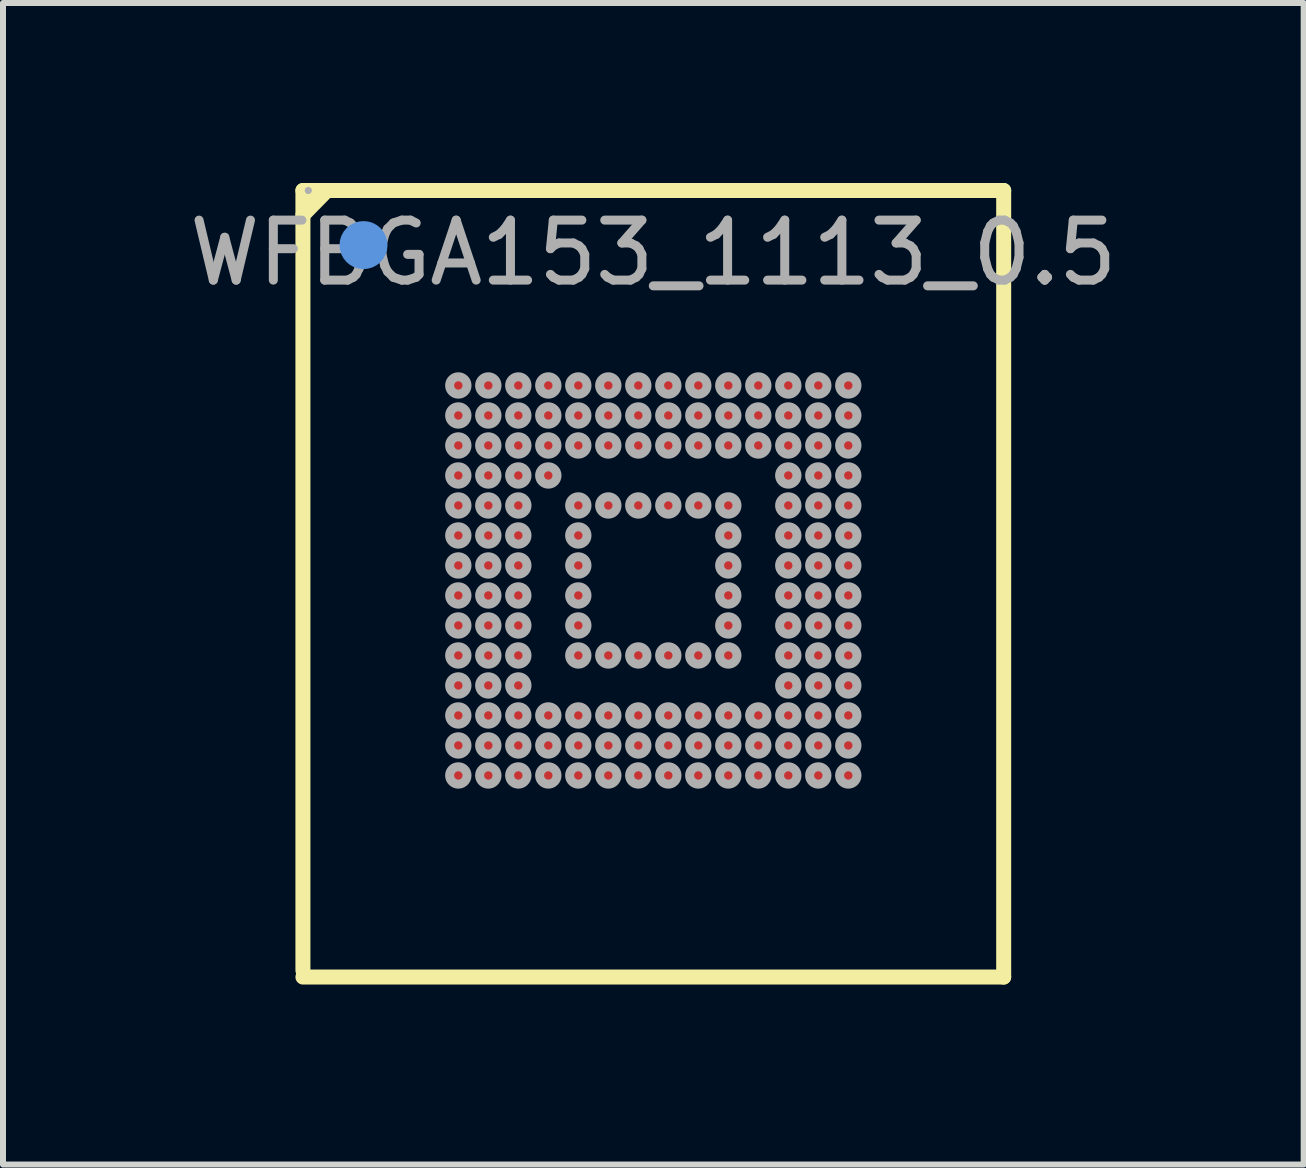
<source format=kicad_pcb>
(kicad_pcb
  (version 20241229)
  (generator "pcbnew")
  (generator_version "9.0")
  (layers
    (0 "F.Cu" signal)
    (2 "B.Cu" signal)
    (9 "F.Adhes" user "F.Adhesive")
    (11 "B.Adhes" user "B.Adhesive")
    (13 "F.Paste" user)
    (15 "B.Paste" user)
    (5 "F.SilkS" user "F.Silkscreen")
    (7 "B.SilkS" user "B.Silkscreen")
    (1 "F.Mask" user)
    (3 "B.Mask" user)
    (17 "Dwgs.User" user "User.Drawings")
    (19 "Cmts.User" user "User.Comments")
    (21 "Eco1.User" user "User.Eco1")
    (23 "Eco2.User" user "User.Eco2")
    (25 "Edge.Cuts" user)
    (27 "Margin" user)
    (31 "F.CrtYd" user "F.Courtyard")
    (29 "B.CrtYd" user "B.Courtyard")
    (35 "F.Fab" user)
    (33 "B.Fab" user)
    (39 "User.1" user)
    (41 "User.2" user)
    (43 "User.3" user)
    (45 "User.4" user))
  (footprint "WFBGA153_1113_0.5"
    (layer "F.Cu")
    (at 7.839 6.625)
    (property "Reference" "WFBGA153_1113_0.5" (at 0 -5.461 0) (layer "F.Fab") (effects (font (size 1 1) (thickness 0.15))))
    (attr smd)
    (fp_line (start -5.84 -6.5) (end 5.84 -6.5) (stroke (width 0.25) (type solid)) (layer "F.SilkS"))
    (fp_line (start -5.84 6.5) (end -5.84 -6.5) (stroke (width 0.25) (type solid)) (layer "F.SilkS"))
    (fp_line (start -5.84 6.61) (end 5.84 6.61) (stroke (width 0.25) (type solid)) (layer "F.SilkS"))
    (fp_line (start -5.84 -6.09) (end -5.461 -6.477) (stroke (width 0.25) (type solid)) (layer "F.SilkS"))
    (fp_line (start 5.84 -6.5) (end 5.84 -5.08) (stroke (width 0.25) (type solid)) (layer "F.SilkS"))
    (fp_line (start 5.84 6.61) (end 5.84 -5.08) (stroke (width 0.25) (type solid)) (layer "F.SilkS"))
    (fp_circle (center -4.83 -5.59) (end -4.63 -5.59) (stroke (width 0.4) (type solid)) (fill no) (layer "Cmts.User"))
    (fp_circle (center -5.75 -6.5) (end -5.72 -6.5) (stroke (width 0.06) (type solid)) (fill no) (layer "F.Fab"))
    (fp_circle (center -3.25 -3.25) (end -3.18 -3.25) (stroke (width 0.15) (type solid)) (fill no) (layer "F.Fab"))
    (fp_circle (center -3.25 -2.75) (end -3.18 -2.75) (stroke (width 0.15) (type solid)) (fill no) (layer "F.Fab"))
    (fp_circle (center -3.25 -2.25) (end -3.18 -2.25) (stroke (width 0.15) (type solid)) (fill no) (layer "F.Fab"))
    (fp_circle (center -3.25 -1.75) (end -3.18 -1.75) (stroke (width 0.15) (type solid)) (fill no) (layer "F.Fab"))
    (fp_circle (center -3.25 -1.25) (end -3.18 -1.25) (stroke (width 0.15) (type solid)) (fill no) (layer "F.Fab"))
    (fp_circle (center -3.25 -0.75) (end -3.18 -0.75) (stroke (width 0.15) (type solid)) (fill no) (layer "F.Fab"))
    (fp_circle (center -3.25 -0.25) (end -3.18 -0.25) (stroke (width 0.15) (type solid)) (fill no) (layer "F.Fab"))
    (fp_circle (center -3.25 0.25) (end -3.18 0.25) (stroke (width 0.15) (type solid)) (fill no) (layer "F.Fab"))
    (fp_circle (center -3.25 0.75) (end -3.18 0.75) (stroke (width 0.15) (type solid)) (fill no) (layer "F.Fab"))
    (fp_circle (center -3.25 1.25) (end -3.18 1.25) (stroke (width 0.15) (type solid)) (fill no) (layer "F.Fab"))
    (fp_circle (center -3.25 1.75) (end -3.18 1.75) (stroke (width 0.15) (type solid)) (fill no) (layer "F.Fab"))
    (fp_circle (center -3.25 2.25) (end -3.18 2.25) (stroke (width 0.15) (type solid)) (fill no) (layer "F.Fab"))
    (fp_circle (center -3.25 2.75) (end -3.18 2.75) (stroke (width 0.15) (type solid)) (fill no) (layer "F.Fab"))
    (fp_circle (center -3.25 3.25) (end -3.18 3.25) (stroke (width 0.15) (type solid)) (fill no) (layer "F.Fab"))
    (fp_circle (center -2.75 -3.25) (end -2.68 -3.25) (stroke (width 0.15) (type solid)) (fill no) (layer "F.Fab"))
    (fp_circle (center -2.75 -2.75) (end -2.68 -2.75) (stroke (width 0.15) (type solid)) (fill no) (layer "F.Fab"))
    (fp_circle (center -2.75 -2.25) (end -2.68 -2.25) (stroke (width 0.15) (type solid)) (fill no) (layer "F.Fab"))
    (fp_circle (center -2.75 -1.75) (end -2.68 -1.75) (stroke (width 0.15) (type solid)) (fill no) (layer "F.Fab"))
    (fp_circle (center -2.75 -1.25) (end -2.68 -1.25) (stroke (width 0.15) (type solid)) (fill no) (layer "F.Fab"))
    (fp_circle (center -2.75 -0.75) (end -2.68 -0.75) (stroke (width 0.15) (type solid)) (fill no) (layer "F.Fab"))
    (fp_circle (center -2.75 -0.25) (end -2.68 -0.25) (stroke (width 0.15) (type solid)) (fill no) (layer "F.Fab"))
    (fp_circle (center -2.75 0.25) (end -2.68 0.25) (stroke (width 0.15) (type solid)) (fill no) (layer "F.Fab"))
    (fp_circle (center -2.75 0.75) (end -2.68 0.75) (stroke (width 0.15) (type solid)) (fill no) (layer "F.Fab"))
    (fp_circle (center -2.75 1.25) (end -2.68 1.25) (stroke (width 0.15) (type solid)) (fill no) (layer "F.Fab"))
    (fp_circle (center -2.75 1.75) (end -2.68 1.75) (stroke (width 0.15) (type solid)) (fill no) (layer "F.Fab"))
    (fp_circle (center -2.75 2.25) (end -2.68 2.25) (stroke (width 0.15) (type solid)) (fill no) (layer "F.Fab"))
    (fp_circle (center -2.75 2.75) (end -2.68 2.75) (stroke (width 0.15) (type solid)) (fill no) (layer "F.Fab"))
    (fp_circle (center -2.75 3.25) (end -2.68 3.25) (stroke (width 0.15) (type solid)) (fill no) (layer "F.Fab"))
    (fp_circle (center -2.25 -3.25) (end -2.18 -3.25) (stroke (width 0.15) (type solid)) (fill no) (layer "F.Fab"))
    (fp_circle (center -2.25 -2.75) (end -2.18 -2.75) (stroke (width 0.15) (type solid)) (fill no) (layer "F.Fab"))
    (fp_circle (center -2.25 -2.25) (end -2.18 -2.25) (stroke (width 0.15) (type solid)) (fill no) (layer "F.Fab"))
    (fp_circle (center -2.25 -1.75) (end -2.18 -1.75) (stroke (width 0.15) (type solid)) (fill no) (layer "F.Fab"))
    (fp_circle (center -2.25 -1.25) (end -2.18 -1.25) (stroke (width 0.15) (type solid)) (fill no) (layer "F.Fab"))
    (fp_circle (center -2.25 -0.75) (end -2.18 -0.75) (stroke (width 0.15) (type solid)) (fill no) (layer "F.Fab"))
    (fp_circle (center -2.25 -0.25) (end -2.18 -0.25) (stroke (width 0.15) (type solid)) (fill no) (layer "F.Fab"))
    (fp_circle (center -2.25 0.25) (end -2.18 0.25) (stroke (width 0.15) (type solid)) (fill no) (layer "F.Fab"))
    (fp_circle (center -2.25 0.75) (end -2.18 0.75) (stroke (width 0.15) (type solid)) (fill no) (layer "F.Fab"))
    (fp_circle (center -2.25 1.25) (end -2.18 1.25) (stroke (width 0.15) (type solid)) (fill no) (layer "F.Fab"))
    (fp_circle (center -2.25 1.75) (end -2.18 1.75) (stroke (width 0.15) (type solid)) (fill no) (layer "F.Fab"))
    (fp_circle (center -2.25 2.25) (end -2.18 2.25) (stroke (width 0.15) (type solid)) (fill no) (layer "F.Fab"))
    (fp_circle (center -2.25 2.75) (end -2.18 2.75) (stroke (width 0.15) (type solid)) (fill no) (layer "F.Fab"))
    (fp_circle (center -2.25 3.25) (end -2.18 3.25) (stroke (width 0.15) (type solid)) (fill no) (layer "F.Fab"))
    (fp_circle (center -1.75 -3.25) (end -1.68 -3.25) (stroke (width 0.15) (type solid)) (fill no) (layer "F.Fab"))
    (fp_circle (center -1.75 -2.75) (end -1.68 -2.75) (stroke (width 0.15) (type solid)) (fill no) (layer "F.Fab"))
    (fp_circle (center -1.75 -2.25) (end -1.68 -2.25) (stroke (width 0.15) (type solid)) (fill no) (layer "F.Fab"))
    (fp_circle (center -1.75 -1.75) (end -1.68 -1.75) (stroke (width 0.15) (type solid)) (fill no) (layer "F.Fab"))
    (fp_circle (center -1.75 2.25) (end -1.68 2.25) (stroke (width 0.15) (type solid)) (fill no) (layer "F.Fab"))
    (fp_circle (center -1.75 2.75) (end -1.68 2.75) (stroke (width 0.15) (type solid)) (fill no) (layer "F.Fab"))
    (fp_circle (center -1.75 3.25) (end -1.68 3.25) (stroke (width 0.15) (type solid)) (fill no) (layer "F.Fab"))
    (fp_circle (center -1.25 -3.25) (end -1.18 -3.25) (stroke (width 0.15) (type solid)) (fill no) (layer "F.Fab"))
    (fp_circle (center -1.25 -2.75) (end -1.18 -2.75) (stroke (width 0.15) (type solid)) (fill no) (layer "F.Fab"))
    (fp_circle (center -1.25 -2.25) (end -1.18 -2.25) (stroke (width 0.15) (type solid)) (fill no) (layer "F.Fab"))
    (fp_circle (center -1.25 -1.25) (end -1.18 -1.25) (stroke (width 0.15) (type solid)) (fill no) (layer "F.Fab"))
    (fp_circle (center -1.25 -0.75) (end -1.18 -0.75) (stroke (width 0.15) (type solid)) (fill no) (layer "F.Fab"))
    (fp_circle (center -1.25 -0.25) (end -1.18 -0.25) (stroke (width 0.15) (type solid)) (fill no) (layer "F.Fab"))
    (fp_circle (center -1.25 0.25) (end -1.18 0.25) (stroke (width 0.15) (type solid)) (fill no) (layer "F.Fab"))
    (fp_circle (center -1.25 0.75) (end -1.18 0.75) (stroke (width 0.15) (type solid)) (fill no) (layer "F.Fab"))
    (fp_circle (center -1.25 1.25) (end -1.18 1.25) (stroke (width 0.15) (type solid)) (fill no) (layer "F.Fab"))
    (fp_circle (center -1.25 2.25) (end -1.18 2.25) (stroke (width 0.15) (type solid)) (fill no) (layer "F.Fab"))
    (fp_circle (center -1.25 2.75) (end -1.18 2.75) (stroke (width 0.15) (type solid)) (fill no) (layer "F.Fab"))
    (fp_circle (center -1.25 3.25) (end -1.18 3.25) (stroke (width 0.15) (type solid)) (fill no) (layer "F.Fab"))
    (fp_circle (center -0.75 -3.25) (end -0.68 -3.25) (stroke (width 0.15) (type solid)) (fill no) (layer "F.Fab"))
    (fp_circle (center -0.75 -2.75) (end -0.68 -2.75) (stroke (width 0.15) (type solid)) (fill no) (layer "F.Fab"))
    (fp_circle (center -0.75 -2.25) (end -0.68 -2.25) (stroke (width 0.15) (type solid)) (fill no) (layer "F.Fab"))
    (fp_circle (center -0.75 -1.25) (end -0.68 -1.25) (stroke (width 0.15) (type solid)) (fill no) (layer "F.Fab"))
    (fp_circle (center -0.75 1.25) (end -0.68 1.25) (stroke (width 0.15) (type solid)) (fill no) (layer "F.Fab"))
    (fp_circle (center -0.75 2.25) (end -0.68 2.25) (stroke (width 0.15) (type solid)) (fill no) (layer "F.Fab"))
    (fp_circle (center -0.75 2.75) (end -0.68 2.75) (stroke (width 0.15) (type solid)) (fill no) (layer "F.Fab"))
    (fp_circle (center -0.75 3.25) (end -0.68 3.25) (stroke (width 0.15) (type solid)) (fill no) (layer "F.Fab"))
    (fp_circle (center -0.25 -3.25) (end -0.18 -3.25) (stroke (width 0.15) (type solid)) (fill no) (layer "F.Fab"))
    (fp_circle (center -0.25 -2.75) (end -0.18 -2.75) (stroke (width 0.15) (type solid)) (fill no) (layer "F.Fab"))
    (fp_circle (center -0.25 -2.25) (end -0.18 -2.25) (stroke (width 0.15) (type solid)) (fill no) (layer "F.Fab"))
    (fp_circle (center -0.25 -1.25) (end -0.18 -1.25) (stroke (width 0.15) (type solid)) (fill no) (layer "F.Fab"))
    (fp_circle (center -0.25 1.25) (end -0.18 1.25) (stroke (width 0.15) (type solid)) (fill no) (layer "F.Fab"))
    (fp_circle (center -0.25 2.25) (end -0.18 2.25) (stroke (width 0.15) (type solid)) (fill no) (layer "F.Fab"))
    (fp_circle (center -0.25 2.75) (end -0.18 2.75) (stroke (width 0.15) (type solid)) (fill no) (layer "F.Fab"))
    (fp_circle (center -0.25 3.25) (end -0.18 3.25) (stroke (width 0.15) (type solid)) (fill no) (layer "F.Fab"))
    (fp_circle (center 0.25 -3.25) (end 0.32 -3.25) (stroke (width 0.15) (type solid)) (fill no) (layer "F.Fab"))
    (fp_circle (center 0.25 -2.75) (end 0.32 -2.75) (stroke (width 0.15) (type solid)) (fill no) (layer "F.Fab"))
    (fp_circle (center 0.25 -2.25) (end 0.32 -2.25) (stroke (width 0.15) (type solid)) (fill no) (layer "F.Fab"))
    (fp_circle (center 0.25 -1.25) (end 0.32 -1.25) (stroke (width 0.15) (type solid)) (fill no) (layer "F.Fab"))
    (fp_circle (center 0.25 1.25) (end 0.32 1.25) (stroke (width 0.15) (type solid)) (fill no) (layer "F.Fab"))
    (fp_circle (center 0.25 2.25) (end 0.32 2.25) (stroke (width 0.15) (type solid)) (fill no) (layer "F.Fab"))
    (fp_circle (center 0.25 2.75) (end 0.32 2.75) (stroke (width 0.15) (type solid)) (fill no) (layer "F.Fab"))
    (fp_circle (center 0.25 3.25) (end 0.32 3.25) (stroke (width 0.15) (type solid)) (fill no) (layer "F.Fab"))
    (fp_circle (center 0.75 -3.25) (end 0.82 -3.25) (stroke (width 0.15) (type solid)) (fill no) (layer "F.Fab"))
    (fp_circle (center 0.75 -2.75) (end 0.82 -2.75) (stroke (width 0.15) (type solid)) (fill no) (layer "F.Fab"))
    (fp_circle (center 0.75 -2.25) (end 0.82 -2.25) (stroke (width 0.15) (type solid)) (fill no) (layer "F.Fab"))
    (fp_circle (center 0.75 -1.25) (end 0.82 -1.25) (stroke (width 0.15) (type solid)) (fill no) (layer "F.Fab"))
    (fp_circle (center 0.75 1.25) (end 0.82 1.25) (stroke (width 0.15) (type solid)) (fill no) (layer "F.Fab"))
    (fp_circle (center 0.75 2.25) (end 0.82 2.25) (stroke (width 0.15) (type solid)) (fill no) (layer "F.Fab"))
    (fp_circle (center 0.75 2.75) (end 0.82 2.75) (stroke (width 0.15) (type solid)) (fill no) (layer "F.Fab"))
    (fp_circle (center 0.75 3.25) (end 0.82 3.25) (stroke (width 0.15) (type solid)) (fill no) (layer "F.Fab"))
    (fp_circle (center 1.25 -3.25) (end 1.32 -3.25) (stroke (width 0.15) (type solid)) (fill no) (layer "F.Fab"))
    (fp_circle (center 1.25 -2.75) (end 1.32 -2.75) (stroke (width 0.15) (type solid)) (fill no) (layer "F.Fab"))
    (fp_circle (center 1.25 -2.25) (end 1.32 -2.25) (stroke (width 0.15) (type solid)) (fill no) (layer "F.Fab"))
    (fp_circle (center 1.25 -1.25) (end 1.32 -1.25) (stroke (width 0.15) (type solid)) (fill no) (layer "F.Fab"))
    (fp_circle (center 1.25 -0.75) (end 1.32 -0.75) (stroke (width 0.15) (type solid)) (fill no) (layer "F.Fab"))
    (fp_circle (center 1.25 -0.25) (end 1.32 -0.25) (stroke (width 0.15) (type solid)) (fill no) (layer "F.Fab"))
    (fp_circle (center 1.25 0.25) (end 1.32 0.25) (stroke (width 0.15) (type solid)) (fill no) (layer "F.Fab"))
    (fp_circle (center 1.25 0.75) (end 1.32 0.75) (stroke (width 0.15) (type solid)) (fill no) (layer "F.Fab"))
    (fp_circle (center 1.25 1.25) (end 1.32 1.25) (stroke (width 0.15) (type solid)) (fill no) (layer "F.Fab"))
    (fp_circle (center 1.25 2.25) (end 1.32 2.25) (stroke (width 0.15) (type solid)) (fill no) (layer "F.Fab"))
    (fp_circle (center 1.25 2.75) (end 1.32 2.75) (stroke (width 0.15) (type solid)) (fill no) (layer "F.Fab"))
    (fp_circle (center 1.25 3.25) (end 1.32 3.25) (stroke (width 0.15) (type solid)) (fill no) (layer "F.Fab"))
    (fp_circle (center 1.75 -3.25) (end 1.82 -3.25) (stroke (width 0.15) (type solid)) (fill no) (layer "F.Fab"))
    (fp_circle (center 1.75 -2.75) (end 1.82 -2.75) (stroke (width 0.15) (type solid)) (fill no) (layer "F.Fab"))
    (fp_circle (center 1.75 -2.25) (end 1.82 -2.25) (stroke (width 0.15) (type solid)) (fill no) (layer "F.Fab"))
    (fp_circle (center 1.75 2.25) (end 1.82 2.25) (stroke (width 0.15) (type solid)) (fill no) (layer "F.Fab"))
    (fp_circle (center 1.75 2.75) (end 1.82 2.75) (stroke (width 0.15) (type solid)) (fill no) (layer "F.Fab"))
    (fp_circle (center 1.75 3.25) (end 1.82 3.25) (stroke (width 0.15) (type solid)) (fill no) (layer "F.Fab"))
    (fp_circle (center 2.25 -3.25) (end 2.32 -3.25) (stroke (width 0.15) (type solid)) (fill no) (layer "F.Fab"))
    (fp_circle (center 2.25 -2.75) (end 2.32 -2.75) (stroke (width 0.15) (type solid)) (fill no) (layer "F.Fab"))
    (fp_circle (center 2.25 -2.25) (end 2.32 -2.25) (stroke (width 0.15) (type solid)) (fill no) (layer "F.Fab"))
    (fp_circle (center 2.25 -1.75) (end 2.32 -1.75) (stroke (width 0.15) (type solid)) (fill no) (layer "F.Fab"))
    (fp_circle (center 2.25 -1.25) (end 2.32 -1.25) (stroke (width 0.15) (type solid)) (fill no) (layer "F.Fab"))
    (fp_circle (center 2.25 -0.75) (end 2.32 -0.75) (stroke (width 0.15) (type solid)) (fill no) (layer "F.Fab"))
    (fp_circle (center 2.25 -0.25) (end 2.32 -0.25) (stroke (width 0.15) (type solid)) (fill no) (layer "F.Fab"))
    (fp_circle (center 2.25 0.25) (end 2.32 0.25) (stroke (width 0.15) (type solid)) (fill no) (layer "F.Fab"))
    (fp_circle (center 2.25 0.75) (end 2.32 0.75) (stroke (width 0.15) (type solid)) (fill no) (layer "F.Fab"))
    (fp_circle (center 2.25 1.25) (end 2.32 1.25) (stroke (width 0.15) (type solid)) (fill no) (layer "F.Fab"))
    (fp_circle (center 2.25 1.75) (end 2.32 1.75) (stroke (width 0.15) (type solid)) (fill no) (layer "F.Fab"))
    (fp_circle (center 2.25 2.25) (end 2.32 2.25) (stroke (width 0.15) (type solid)) (fill no) (layer "F.Fab"))
    (fp_circle (center 2.25 2.75) (end 2.32 2.75) (stroke (width 0.15) (type solid)) (fill no) (layer "F.Fab"))
    (fp_circle (center 2.25 3.25) (end 2.32 3.25) (stroke (width 0.15) (type solid)) (fill no) (layer "F.Fab"))
    (fp_circle (center 2.75 -3.25) (end 2.82 -3.25) (stroke (width 0.15) (type solid)) (fill no) (layer "F.Fab"))
    (fp_circle (center 2.75 -2.75) (end 2.82 -2.75) (stroke (width 0.15) (type solid)) (fill no) (layer "F.Fab"))
    (fp_circle (center 2.75 -2.25) (end 2.82 -2.25) (stroke (width 0.15) (type solid)) (fill no) (layer "F.Fab"))
    (fp_circle (center 2.75 -1.75) (end 2.82 -1.75) (stroke (width 0.15) (type solid)) (fill no) (layer "F.Fab"))
    (fp_circle (center 2.75 -1.25) (end 2.82 -1.25) (stroke (width 0.15) (type solid)) (fill no) (layer "F.Fab"))
    (fp_circle (center 2.75 -0.75) (end 2.82 -0.75) (stroke (width 0.15) (type solid)) (fill no) (layer "F.Fab"))
    (fp_circle (center 2.75 -0.25) (end 2.82 -0.25) (stroke (width 0.15) (type solid)) (fill no) (layer "F.Fab"))
    (fp_circle (center 2.75 0.25) (end 2.82 0.25) (stroke (width 0.15) (type solid)) (fill no) (layer "F.Fab"))
    (fp_circle (center 2.75 0.75) (end 2.82 0.75) (stroke (width 0.15) (type solid)) (fill no) (layer "F.Fab"))
    (fp_circle (center 2.75 1.25) (end 2.82 1.25) (stroke (width 0.15) (type solid)) (fill no) (layer "F.Fab"))
    (fp_circle (center 2.75 1.75) (end 2.82 1.75) (stroke (width 0.15) (type solid)) (fill no) (layer "F.Fab"))
    (fp_circle (center 2.75 2.25) (end 2.82 2.25) (stroke (width 0.15) (type solid)) (fill no) (layer "F.Fab"))
    (fp_circle (center 2.75 2.75) (end 2.82 2.75) (stroke (width 0.15) (type solid)) (fill no) (layer "F.Fab"))
    (fp_circle (center 2.75 3.25) (end 2.82 3.25) (stroke (width 0.15) (type solid)) (fill no) (layer "F.Fab"))
    (fp_circle (center 3.25 -3.25) (end 3.32 -3.25) (stroke (width 0.15) (type solid)) (fill no) (layer "F.Fab"))
    (fp_circle (center 3.25 -2.75) (end 3.32 -2.75) (stroke (width 0.15) (type solid)) (fill no) (layer "F.Fab"))
    (fp_circle (center 3.25 -2.25) (end 3.32 -2.25) (stroke (width 0.15) (type solid)) (fill no) (layer "F.Fab"))
    (fp_circle (center 3.25 -1.75) (end 3.32 -1.75) (stroke (width 0.15) (type solid)) (fill no) (layer "F.Fab"))
    (fp_circle (center 3.25 -1.25) (end 3.32 -1.25) (stroke (width 0.15) (type solid)) (fill no) (layer "F.Fab"))
    (fp_circle (center 3.25 -0.75) (end 3.32 -0.75) (stroke (width 0.15) (type solid)) (fill no) (layer "F.Fab"))
    (fp_circle (center 3.25 -0.25) (end 3.32 -0.25) (stroke (width 0.15) (type solid)) (fill no) (layer "F.Fab"))
    (fp_circle (center 3.25 0.25) (end 3.32 0.25) (stroke (width 0.15) (type solid)) (fill no) (layer "F.Fab"))
    (fp_circle (center 3.25 0.75) (end 3.32 0.75) (stroke (width 0.15) (type solid)) (fill no) (layer "F.Fab"))
    (fp_circle (center 3.25 1.25) (end 3.32 1.25) (stroke (width 0.15) (type solid)) (fill no) (layer "F.Fab"))
    (fp_circle (center 3.25 1.75) (end 3.32 1.75) (stroke (width 0.15) (type solid)) (fill no) (layer "F.Fab"))
    (fp_circle (center 3.25 2.25) (end 3.32 2.25) (stroke (width 0.15) (type solid)) (fill no) (layer "F.Fab"))
    (fp_circle (center 3.25 2.75) (end 3.32 2.75) (stroke (width 0.15) (type solid)) (fill no) (layer "F.Fab"))
    (fp_circle (center 3.25 3.25) (end 3.32 3.25) (stroke (width 0.15) (type solid)) (fill no) (layer "F.Fab"))
    (pad "A1" smd circle (at -3.25 -3.25) (size 0.25 0.25) (layers "F.Cu" "F.Mask" "F.Paste"))
    (pad "A2" smd circle (at -2.75 -3.25) (size 0.25 0.25) (layers "F.Cu" "F.Mask" "F.Paste"))
    (pad "A3" smd circle (at -2.25 -3.25) (size 0.25 0.25) (layers "F.Cu" "F.Mask" "F.Paste"))
    (pad "A4" smd circle (at -1.75 -3.25) (size 0.25 0.25) (layers "F.Cu" "F.Mask" "F.Paste"))
    (pad "A5" smd circle (at -1.25 -3.25) (size 0.25 0.25) (layers "F.Cu" "F.Mask" "F.Paste"))
    (pad "A6" smd circle (at -0.75 -3.25) (size 0.25 0.25) (layers "F.Cu" "F.Mask" "F.Paste"))
    (pad "A7" smd circle (at -0.25 -3.25) (size 0.25 0.25) (layers "F.Cu" "F.Mask" "F.Paste"))
    (pad "A8" smd circle (at 0.25 -3.25) (size 0.25 0.25) (layers "F.Cu" "F.Mask" "F.Paste"))
    (pad "A9" smd circle (at 0.75 -3.25) (size 0.25 0.25) (layers "F.Cu" "F.Mask" "F.Paste"))
    (pad "A10" smd circle (at 1.25 -3.25) (size 0.25 0.25) (layers "F.Cu" "F.Mask" "F.Paste"))
    (pad "A11" smd circle (at 1.75 -3.25) (size 0.25 0.25) (layers "F.Cu" "F.Mask" "F.Paste"))
    (pad "A12" smd circle (at 2.25 -3.25) (size 0.25 0.25) (layers "F.Cu" "F.Mask" "F.Paste"))
    (pad "A13" smd circle (at 2.75 -3.25) (size 0.25 0.25) (layers "F.Cu" "F.Mask" "F.Paste"))
    (pad "A14" smd circle (at 3.25 -3.25) (size 0.25 0.25) (layers "F.Cu" "F.Mask" "F.Paste"))
    (pad "B1" smd circle (at -3.25 -2.75) (size 0.25 0.25) (layers "F.Cu" "F.Mask" "F.Paste"))
    (pad "B2" smd circle (at -2.75 -2.75) (size 0.25 0.25) (layers "F.Cu" "F.Mask" "F.Paste"))
    (pad "B3" smd circle (at -2.25 -2.75) (size 0.25 0.25) (layers "F.Cu" "F.Mask" "F.Paste"))
    (pad "B4" smd circle (at -1.75 -2.75) (size 0.25 0.25) (layers "F.Cu" "F.Mask" "F.Paste"))
    (pad "B5" smd circle (at -1.25 -2.75) (size 0.25 0.25) (layers "F.Cu" "F.Mask" "F.Paste"))
    (pad "B6" smd circle (at -0.75 -2.75) (size 0.25 0.25) (layers "F.Cu" "F.Mask" "F.Paste"))
    (pad "B7" smd circle (at -0.25 -2.75) (size 0.25 0.25) (layers "F.Cu" "F.Mask" "F.Paste"))
    (pad "B8" smd circle (at 0.25 -2.75) (size 0.25 0.25) (layers "F.Cu" "F.Mask" "F.Paste"))
    (pad "B9" smd circle (at 0.75 -2.75) (size 0.25 0.25) (layers "F.Cu" "F.Mask" "F.Paste"))
    (pad "B10" smd circle (at 1.25 -2.75) (size 0.25 0.25) (layers "F.Cu" "F.Mask" "F.Paste"))
    (pad "B11" smd circle (at 1.75 -2.75) (size 0.25 0.25) (layers "F.Cu" "F.Mask" "F.Paste"))
    (pad "B12" smd circle (at 2.25 -2.75) (size 0.25 0.25) (layers "F.Cu" "F.Mask" "F.Paste"))
    (pad "B13" smd circle (at 2.75 -2.75) (size 0.25 0.25) (layers "F.Cu" "F.Mask" "F.Paste"))
    (pad "B14" smd circle (at 3.25 -2.75) (size 0.25 0.25) (layers "F.Cu" "F.Mask" "F.Paste"))
    (pad "C1" smd circle (at -3.25 -2.25) (size 0.25 0.25) (layers "F.Cu" "F.Mask" "F.Paste"))
    (pad "C2" smd circle (at -2.75 -2.25) (size 0.25 0.25) (layers "F.Cu" "F.Mask" "F.Paste"))
    (pad "C3" smd circle (at -2.25 -2.25) (size 0.25 0.25) (layers "F.Cu" "F.Mask" "F.Paste"))
    (pad "C4" smd circle (at -1.75 -2.25) (size 0.25 0.25) (layers "F.Cu" "F.Mask" "F.Paste"))
    (pad "C5" smd circle (at -1.25 -2.25) (size 0.25 0.25) (layers "F.Cu" "F.Mask" "F.Paste"))
    (pad "C6" smd circle (at -0.75 -2.25) (size 0.25 0.25) (layers "F.Cu" "F.Mask" "F.Paste"))
    (pad "C7" smd circle (at -0.25 -2.25) (size 0.25 0.25) (layers "F.Cu" "F.Mask" "F.Paste"))
    (pad "C8" smd circle (at 0.25 -2.25) (size 0.25 0.25) (layers "F.Cu" "F.Mask" "F.Paste"))
    (pad "C9" smd circle (at 0.75 -2.25) (size 0.25 0.25) (layers "F.Cu" "F.Mask" "F.Paste"))
    (pad "C10" smd circle (at 1.25 -2.25) (size 0.25 0.25) (layers "F.Cu" "F.Mask" "F.Paste"))
    (pad "C11" smd circle (at 1.75 -2.25) (size 0.25 0.25) (layers "F.Cu" "F.Mask" "F.Paste"))
    (pad "C12" smd circle (at 2.25 -2.25) (size 0.25 0.25) (layers "F.Cu" "F.Mask" "F.Paste"))
    (pad "C13" smd circle (at 2.75 -2.25) (size 0.25 0.25) (layers "F.Cu" "F.Mask" "F.Paste"))
    (pad "C14" smd circle (at 3.25 -2.25) (size 0.25 0.25) (layers "F.Cu" "F.Mask" "F.Paste"))
    (pad "D1" smd circle (at -3.25 -1.75) (size 0.25 0.25) (layers "F.Cu" "F.Mask" "F.Paste"))
    (pad "D2" smd circle (at -2.75 -1.75) (size 0.25 0.25) (layers "F.Cu" "F.Mask" "F.Paste"))
    (pad "D3" smd circle (at -2.25 -1.75) (size 0.25 0.25) (layers "F.Cu" "F.Mask" "F.Paste"))
    (pad "D4" smd circle (at -1.75 -1.75) (size 0.25 0.25) (layers "F.Cu" "F.Mask" "F.Paste"))
    (pad "D12" smd circle (at 2.25 -1.75) (size 0.25 0.25) (layers "F.Cu" "F.Mask" "F.Paste"))
    (pad "D13" smd circle (at 2.75 -1.75) (size 0.25 0.25) (layers "F.Cu" "F.Mask" "F.Paste"))
    (pad "D14" smd circle (at 3.25 -1.75) (size 0.25 0.25) (layers "F.Cu" "F.Mask" "F.Paste"))
    (pad "E1" smd circle (at -3.25 -1.25) (size 0.25 0.25) (layers "F.Cu" "F.Mask" "F.Paste"))
    (pad "E2" smd circle (at -2.75 -1.25) (size 0.25 0.25) (layers "F.Cu" "F.Mask" "F.Paste"))
    (pad "E3" smd circle (at -2.25 -1.25) (size 0.25 0.25) (layers "F.Cu" "F.Mask" "F.Paste"))
    (pad "E5" smd circle (at -1.25 -1.25) (size 0.25 0.25) (layers "F.Cu" "F.Mask" "F.Paste"))
    (pad "E6" smd circle (at -0.75 -1.25) (size 0.25 0.25) (layers "F.Cu" "F.Mask" "F.Paste"))
    (pad "E7" smd circle (at -0.25 -1.25) (size 0.25 0.25) (layers "F.Cu" "F.Mask" "F.Paste"))
    (pad "E8" smd circle (at 0.25 -1.25) (size 0.25 0.25) (layers "F.Cu" "F.Mask" "F.Paste"))
    (pad "E9" smd circle (at 0.75 -1.25) (size 0.25 0.25) (layers "F.Cu" "F.Mask" "F.Paste"))
    (pad "E10" smd circle (at 1.25 -1.25) (size 0.25 0.25) (layers "F.Cu" "F.Mask" "F.Paste"))
    (pad "E12" smd circle (at 2.25 -1.25) (size 0.25 0.25) (layers "F.Cu" "F.Mask" "F.Paste"))
    (pad "E13" smd circle (at 2.75 -1.25) (size 0.25 0.25) (layers "F.Cu" "F.Mask" "F.Paste"))
    (pad "E14" smd circle (at 3.25 -1.25) (size 0.25 0.25) (layers "F.Cu" "F.Mask" "F.Paste"))
    (pad "F1" smd circle (at -3.25 -0.75) (size 0.25 0.25) (layers "F.Cu" "F.Mask" "F.Paste"))
    (pad "F2" smd circle (at -2.75 -0.75) (size 0.25 0.25) (layers "F.Cu" "F.Mask" "F.Paste"))
    (pad "F3" smd circle (at -2.25 -0.75) (size 0.25 0.25) (layers "F.Cu" "F.Mask" "F.Paste"))
    (pad "F5" smd circle (at -1.25 -0.75) (size 0.25 0.25) (layers "F.Cu" "F.Mask" "F.Paste"))
    (pad "F10" smd circle (at 1.25 -0.75) (size 0.25 0.25) (layers "F.Cu" "F.Mask" "F.Paste"))
    (pad "F12" smd circle (at 2.25 -0.75) (size 0.25 0.25) (layers "F.Cu" "F.Mask" "F.Paste"))
    (pad "F13" smd circle (at 2.75 -0.75) (size 0.25 0.25) (layers "F.Cu" "F.Mask" "F.Paste"))
    (pad "F14" smd circle (at 3.25 -0.75) (size 0.25 0.25) (layers "F.Cu" "F.Mask" "F.Paste"))
    (pad "G1" smd circle (at -3.25 -0.25) (size 0.25 0.25) (layers "F.Cu" "F.Mask" "F.Paste"))
    (pad "G2" smd circle (at -2.75 -0.25) (size 0.25 0.25) (layers "F.Cu" "F.Mask" "F.Paste"))
    (pad "G3" smd circle (at -2.25 -0.25) (size 0.25 0.25) (layers "F.Cu" "F.Mask" "F.Paste"))
    (pad "G5" smd circle (at -1.25 -0.25) (size 0.25 0.25) (layers "F.Cu" "F.Mask" "F.Paste"))
    (pad "G10" smd circle (at 1.25 -0.25) (size 0.25 0.25) (layers "F.Cu" "F.Mask" "F.Paste"))
    (pad "G12" smd circle (at 2.25 -0.25) (size 0.25 0.25) (layers "F.Cu" "F.Mask" "F.Paste"))
    (pad "G13" smd circle (at 2.75 -0.25) (size 0.25 0.25) (layers "F.Cu" "F.Mask" "F.Paste"))
    (pad "G14" smd circle (at 3.25 -0.25) (size 0.25 0.25) (layers "F.Cu" "F.Mask" "F.Paste"))
    (pad "H1" smd circle (at -3.25 0.25) (size 0.25 0.25) (layers "F.Cu" "F.Mask" "F.Paste"))
    (pad "H2" smd circle (at -2.75 0.25) (size 0.25 0.25) (layers "F.Cu" "F.Mask" "F.Paste"))
    (pad "H3" smd circle (at -2.25 0.25) (size 0.25 0.25) (layers "F.Cu" "F.Mask" "F.Paste"))
    (pad "H5" smd circle (at -1.25 0.25) (size 0.25 0.25) (layers "F.Cu" "F.Mask" "F.Paste"))
    (pad "H10" smd circle (at 1.25 0.25) (size 0.25 0.25) (layers "F.Cu" "F.Mask" "F.Paste"))
    (pad "H12" smd circle (at 2.25 0.25) (size 0.25 0.25) (layers "F.Cu" "F.Mask" "F.Paste"))
    (pad "H13" smd circle (at 2.75 0.25) (size 0.25 0.25) (layers "F.Cu" "F.Mask" "F.Paste"))
    (pad "H14" smd circle (at 3.25 0.25) (size 0.25 0.25) (layers "F.Cu" "F.Mask" "F.Paste"))
    (pad "J1" smd circle (at -3.25 0.75) (size 0.25 0.25) (layers "F.Cu" "F.Mask" "F.Paste"))
    (pad "J2" smd circle (at -2.75 0.75) (size 0.25 0.25) (layers "F.Cu" "F.Mask" "F.Paste"))
    (pad "J3" smd circle (at -2.25 0.75) (size 0.25 0.25) (layers "F.Cu" "F.Mask" "F.Paste"))
    (pad "J5" smd circle (at -1.25 0.75) (size 0.25 0.25) (layers "F.Cu" "F.Mask" "F.Paste"))
    (pad "J10" smd circle (at 1.25 0.75) (size 0.25 0.25) (layers "F.Cu" "F.Mask" "F.Paste"))
    (pad "J12" smd circle (at 2.25 0.75) (size 0.25 0.25) (layers "F.Cu" "F.Mask" "F.Paste"))
    (pad "J13" smd circle (at 2.75 0.75) (size 0.25 0.25) (layers "F.Cu" "F.Mask" "F.Paste"))
    (pad "J14" smd circle (at 3.25 0.75) (size 0.25 0.25) (layers "F.Cu" "F.Mask" "F.Paste"))
    (pad "K1" smd circle (at -3.25 1.25) (size 0.25 0.25) (layers "F.Cu" "F.Mask" "F.Paste"))
    (pad "K2" smd circle (at -2.75 1.25) (size 0.25 0.25) (layers "F.Cu" "F.Mask" "F.Paste"))
    (pad "K3" smd circle (at -2.25 1.25) (size 0.25 0.25) (layers "F.Cu" "F.Mask" "F.Paste"))
    (pad "K5" smd circle (at -1.25 1.25) (size 0.25 0.25) (layers "F.Cu" "F.Mask" "F.Paste"))
    (pad "K6" smd circle (at -0.75 1.25) (size 0.25 0.25) (layers "F.Cu" "F.Mask" "F.Paste"))
    (pad "K7" smd circle (at -0.25 1.25) (size 0.25 0.25) (layers "F.Cu" "F.Mask" "F.Paste"))
    (pad "K8" smd circle (at 0.25 1.25) (size 0.25 0.25) (layers "F.Cu" "F.Mask" "F.Paste"))
    (pad "K9" smd circle (at 0.75 1.25) (size 0.25 0.25) (layers "F.Cu" "F.Mask" "F.Paste"))
    (pad "K10" smd circle (at 1.25 1.25) (size 0.25 0.25) (layers "F.Cu" "F.Mask" "F.Paste"))
    (pad "K12" smd circle (at 2.25 1.25) (size 0.25 0.25) (layers "F.Cu" "F.Mask" "F.Paste"))
    (pad "K13" smd circle (at 2.75 1.25) (size 0.25 0.25) (layers "F.Cu" "F.Mask" "F.Paste"))
    (pad "K14" smd circle (at 3.25 1.25) (size 0.25 0.25) (layers "F.Cu" "F.Mask" "F.Paste"))
    (pad "L1" smd circle (at -3.25 1.75) (size 0.25 0.25) (layers "F.Cu" "F.Mask" "F.Paste"))
    (pad "L2" smd circle (at -2.75 1.75) (size 0.25 0.25) (layers "F.Cu" "F.Mask" "F.Paste"))
    (pad "L3" smd circle (at -2.25 1.75) (size 0.25 0.25) (layers "F.Cu" "F.Mask" "F.Paste"))
    (pad "L12" smd circle (at 2.25 1.75) (size 0.25 0.25) (layers "F.Cu" "F.Mask" "F.Paste"))
    (pad "L13" smd circle (at 2.75 1.75) (size 0.25 0.25) (layers "F.Cu" "F.Mask" "F.Paste"))
    (pad "L14" smd circle (at 3.25 1.75) (size 0.25 0.25) (layers "F.Cu" "F.Mask" "F.Paste"))
    (pad "M1" smd circle (at -3.25 2.25) (size 0.25 0.25) (layers "F.Cu" "F.Mask" "F.Paste"))
    (pad "M2" smd circle (at -2.75 2.25) (size 0.25 0.25) (layers "F.Cu" "F.Mask" "F.Paste"))
    (pad "M3" smd circle (at -2.25 2.25) (size 0.25 0.25) (layers "F.Cu" "F.Mask" "F.Paste"))
    (pad "M4" smd circle (at -1.75 2.25) (size 0.25 0.25) (layers "F.Cu" "F.Mask" "F.Paste"))
    (pad "M5" smd circle (at -1.25 2.25) (size 0.25 0.25) (layers "F.Cu" "F.Mask" "F.Paste"))
    (pad "M6" smd circle (at -0.75 2.25) (size 0.25 0.25) (layers "F.Cu" "F.Mask" "F.Paste"))
    (pad "M7" smd circle (at -0.25 2.25) (size 0.25 0.25) (layers "F.Cu" "F.Mask" "F.Paste"))
    (pad "M8" smd circle (at 0.25 2.25) (size 0.25 0.25) (layers "F.Cu" "F.Mask" "F.Paste"))
    (pad "M9" smd circle (at 0.75 2.25) (size 0.25 0.25) (layers "F.Cu" "F.Mask" "F.Paste"))
    (pad "M10" smd circle (at 1.25 2.25) (size 0.25 0.25) (layers "F.Cu" "F.Mask" "F.Paste"))
    (pad "M11" smd circle (at 1.75 2.25) (size 0.25 0.25) (layers "F.Cu" "F.Mask" "F.Paste"))
    (pad "M12" smd circle (at 2.25 2.25) (size 0.25 0.25) (layers "F.Cu" "F.Mask" "F.Paste"))
    (pad "M13" smd circle (at 2.75 2.25) (size 0.25 0.25) (layers "F.Cu" "F.Mask" "F.Paste"))
    (pad "M14" smd circle (at 3.25 2.25) (size 0.25 0.25) (layers "F.Cu" "F.Mask" "F.Paste"))
    (pad "N1" smd circle (at -3.25 2.75) (size 0.25 0.25) (layers "F.Cu" "F.Mask" "F.Paste"))
    (pad "N2" smd circle (at -2.75 2.75) (size 0.25 0.25) (layers "F.Cu" "F.Mask" "F.Paste"))
    (pad "N3" smd circle (at -2.25 2.75) (size 0.25 0.25) (layers "F.Cu" "F.Mask" "F.Paste"))
    (pad "N4" smd circle (at -1.75 2.75) (size 0.25 0.25) (layers "F.Cu" "F.Mask" "F.Paste"))
    (pad "N5" smd circle (at -1.25 2.75) (size 0.25 0.25) (layers "F.Cu" "F.Mask" "F.Paste"))
    (pad "N6" smd circle (at -0.75 2.75) (size 0.25 0.25) (layers "F.Cu" "F.Mask" "F.Paste"))
    (pad "N7" smd circle (at -0.25 2.75) (size 0.25 0.25) (layers "F.Cu" "F.Mask" "F.Paste"))
    (pad "N8" smd circle (at 0.25 2.75) (size 0.25 0.25) (layers "F.Cu" "F.Mask" "F.Paste"))
    (pad "N9" smd circle (at 0.75 2.75) (size 0.25 0.25) (layers "F.Cu" "F.Mask" "F.Paste"))
    (pad "N10" smd circle (at 1.25 2.75) (size 0.25 0.25) (layers "F.Cu" "F.Mask" "F.Paste"))
    (pad "N11" smd circle (at 1.75 2.75) (size 0.25 0.25) (layers "F.Cu" "F.Mask" "F.Paste"))
    (pad "N12" smd circle (at 2.25 2.75) (size 0.25 0.25) (layers "F.Cu" "F.Mask" "F.Paste"))
    (pad "N13" smd circle (at 2.75 2.75) (size 0.25 0.25) (layers "F.Cu" "F.Mask" "F.Paste"))
    (pad "N14" smd circle (at 3.25 2.75) (size 0.25 0.25) (layers "F.Cu" "F.Mask" "F.Paste"))
    (pad "P1" smd circle (at -3.25 3.25) (size 0.25 0.25) (layers "F.Cu" "F.Mask" "F.Paste"))
    (pad "P2" smd circle (at -2.75 3.25) (size 0.25 0.25) (layers "F.Cu" "F.Mask" "F.Paste"))
    (pad "P3" smd circle (at -2.25 3.25) (size 0.25 0.25) (layers "F.Cu" "F.Mask" "F.Paste"))
    (pad "P4" smd circle (at -1.75 3.25) (size 0.25 0.25) (layers "F.Cu" "F.Mask" "F.Paste"))
    (pad "P5" smd circle (at -1.25 3.25) (size 0.25 0.25) (layers "F.Cu" "F.Mask" "F.Paste"))
    (pad "P6" smd circle (at -0.75 3.25) (size 0.25 0.25) (layers "F.Cu" "F.Mask" "F.Paste"))
    (pad "P7" smd circle (at -0.25 3.25) (size 0.25 0.25) (layers "F.Cu" "F.Mask" "F.Paste"))
    (pad "P8" smd circle (at 0.25 3.25) (size 0.25 0.25) (layers "F.Cu" "F.Mask" "F.Paste"))
    (pad "P9" smd circle (at 0.75 3.25) (size 0.25 0.25) (layers "F.Cu" "F.Mask" "F.Paste"))
    (pad "P10" smd circle (at 1.25 3.25) (size 0.25 0.25) (layers "F.Cu" "F.Mask" "F.Paste"))
    (pad "P11" smd circle (at 1.75 3.25) (size 0.25 0.25) (layers "F.Cu" "F.Mask" "F.Paste"))
    (pad "P12" smd circle (at 2.25 3.25) (size 0.25 0.25) (layers "F.Cu" "F.Mask" "F.Paste"))
    (pad "P13" smd circle (at 2.75 3.25) (size 0.25 0.25) (layers "F.Cu" "F.Mask" "F.Paste"))
    (pad "P14" smd circle (at 3.25 3.25) (size 0.25 0.25) (layers "F.Cu" "F.Mask" "F.Paste")))
  (gr_rect
    (start -3 -3)
    (end 18.679 16.36)
    (stroke (width 0.1) (type default))
    (fill no)
    (layer "Edge.Cuts")))
</source>
